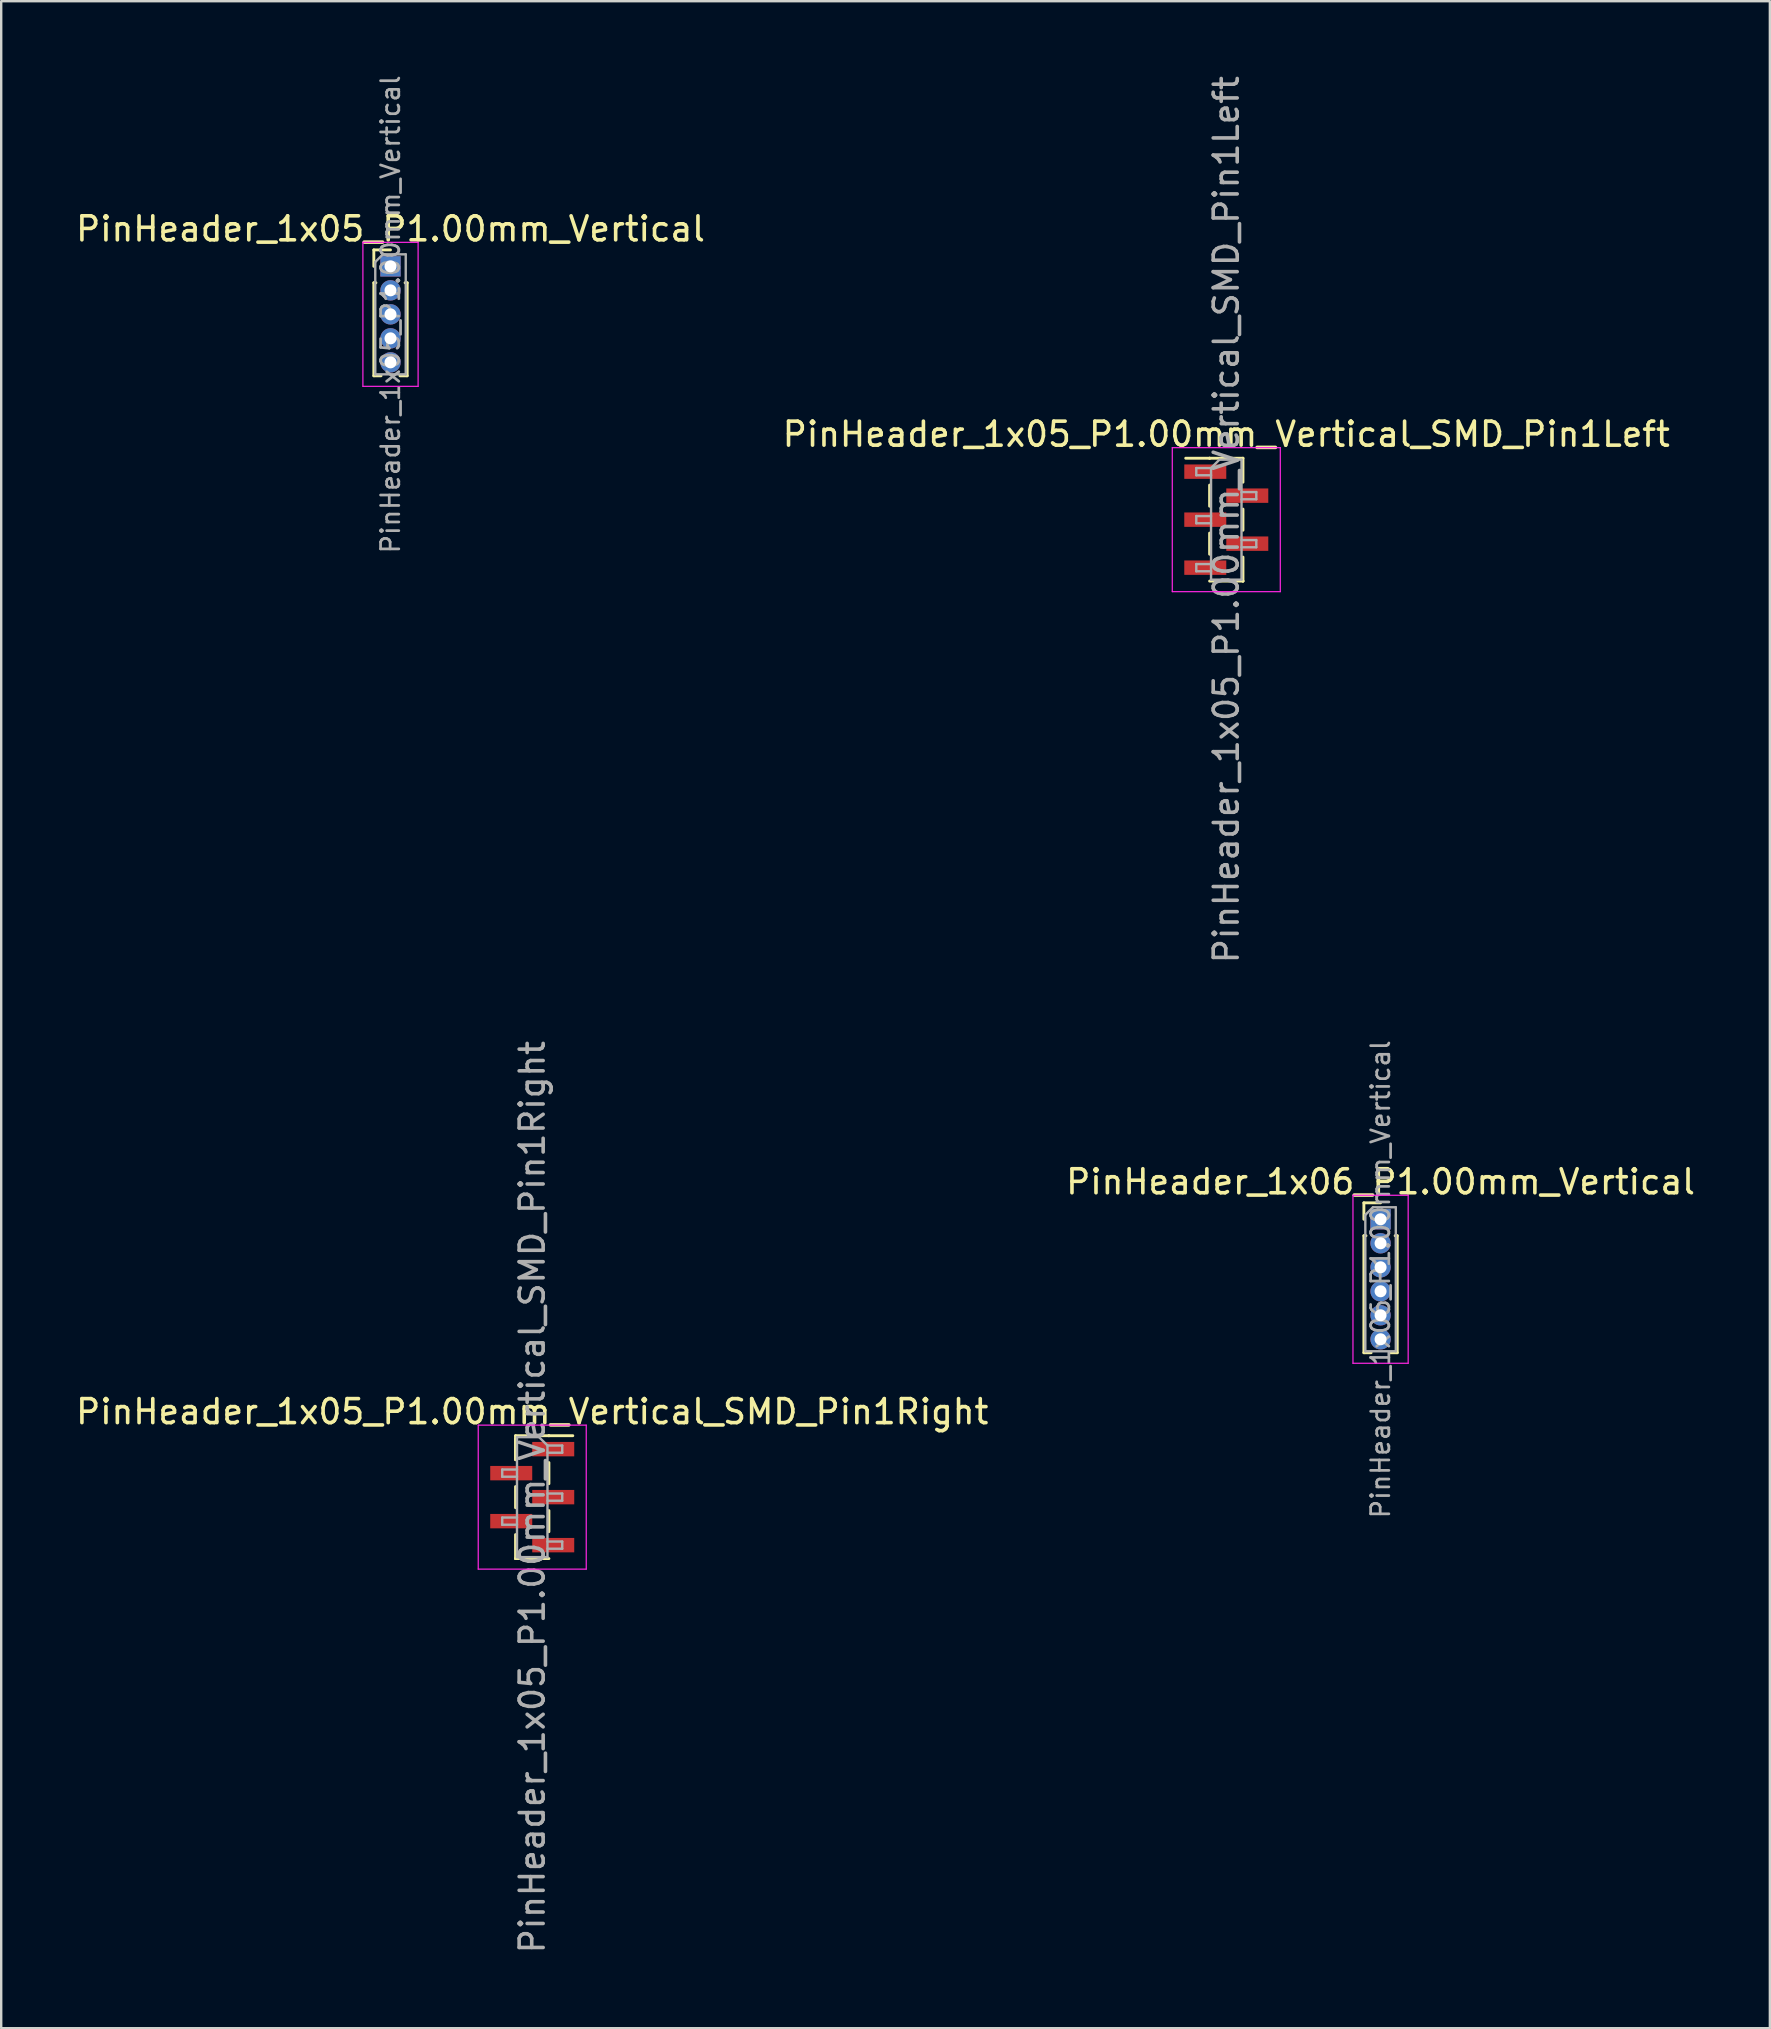
<source format=kicad_pcb>
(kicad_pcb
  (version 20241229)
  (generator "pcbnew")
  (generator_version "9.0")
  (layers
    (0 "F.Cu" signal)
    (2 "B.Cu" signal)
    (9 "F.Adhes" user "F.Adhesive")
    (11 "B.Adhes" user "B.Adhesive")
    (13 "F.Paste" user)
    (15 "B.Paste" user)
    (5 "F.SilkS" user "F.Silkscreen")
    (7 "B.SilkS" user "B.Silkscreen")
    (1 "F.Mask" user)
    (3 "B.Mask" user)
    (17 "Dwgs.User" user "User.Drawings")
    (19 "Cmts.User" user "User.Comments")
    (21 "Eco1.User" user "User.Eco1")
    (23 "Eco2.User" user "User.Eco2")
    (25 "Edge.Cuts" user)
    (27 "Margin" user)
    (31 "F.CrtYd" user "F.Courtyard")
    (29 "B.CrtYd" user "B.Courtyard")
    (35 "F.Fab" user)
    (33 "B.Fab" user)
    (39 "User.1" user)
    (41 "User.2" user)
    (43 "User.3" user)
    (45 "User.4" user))
  (footprint "PinHeader_1x06_P1.00mm_Vertical"
    (layer "F.Cu")
    (at 54.47 47.75)
    (property "Reference" "PinHeader_1x06_P1.00mm_Vertical" (at 0 -1.56 0) (layer "F.SilkS") (effects (font (size 1 1) (thickness 0.15))))
    (attr through_hole)
    (fp_line (start -0.695 -0.685) (end 0 -0.685) (stroke (width 0.12) (type solid)) (layer "F.SilkS"))
    (fp_line (start -0.695 0) (end -0.695 -0.685) (stroke (width 0.12) (type solid)) (layer "F.SilkS"))
    (fp_line (start -0.695 0.685) (end -0.695 5.56) (stroke (width 0.12) (type solid)) (layer "F.SilkS"))
    (fp_line (start -0.695 0.685) (end -0.608 0.685) (stroke (width 0.12) (type solid)) (layer "F.SilkS"))
    (fp_line (start -0.695 5.56) (end -0.394 5.56) (stroke (width 0.12) (type solid)) (layer "F.SilkS"))
    (fp_line (start 0.394 5.56) (end 0.695 5.56) (stroke (width 0.12) (type solid)) (layer "F.SilkS"))
    (fp_line (start 0.608 0.685) (end 0.695 0.685) (stroke (width 0.12) (type solid)) (layer "F.SilkS"))
    (fp_line (start 0.695 0.685) (end 0.695 5.56) (stroke (width 0.12) (type solid)) (layer "F.SilkS"))
    (fp_line (start -1.15 -1) (end -1.15 6) (stroke (width 0.05) (type solid)) (layer "F.CrtYd"))
    (fp_line (start -1.15 6) (end 1.15 6) (stroke (width 0.05) (type solid)) (layer "F.CrtYd"))
    (fp_line (start 1.15 -1) (end -1.15 -1) (stroke (width 0.05) (type solid)) (layer "F.CrtYd"))
    (fp_line (start 1.15 6) (end 1.15 -1) (stroke (width 0.05) (type solid)) (layer "F.CrtYd"))
    (fp_line (start -0.635 -0.182) (end -0.318 -0.5) (stroke (width 0.1) (type solid)) (layer "F.Fab"))
    (fp_line (start -0.635 5.5) (end -0.635 -0.182) (stroke (width 0.1) (type solid)) (layer "F.Fab"))
    (fp_line (start -0.318 -0.5) (end 0.635 -0.5) (stroke (width 0.1) (type solid)) (layer "F.Fab"))
    (fp_line (start 0.635 -0.5) (end 0.635 5.5) (stroke (width 0.1) (type solid)) (layer "F.Fab"))
    (fp_line (start 0.635 5.5) (end -0.635 5.5) (stroke (width 0.1) (type solid)) (layer "F.Fab"))
    (fp_text user "${REFERENCE}" (at 0 2.5 90) (layer "F.Fab") (effects (font (size 0.76 0.76) (thickness 0.114))))
    (pad "1" thru_hole rect (at 0 0) (size 0.85 0.85) (drill 0.5) (layers "*.Cu" "*.Mask"))
    (pad "2" thru_hole oval (at 0 1) (size 0.85 0.85) (drill 0.5) (layers "*.Cu" "*.Mask"))
    (pad "3" thru_hole oval (at 0 2) (size 0.85 0.85) (drill 0.5) (layers "*.Cu" "*.Mask"))
    (pad "4" thru_hole oval (at 0 3) (size 0.85 0.85) (drill 0.5) (layers "*.Cu" "*.Mask"))
    (pad "5" thru_hole oval (at 0 4) (size 0.85 0.85) (drill 0.5) (layers "*.Cu" "*.Mask"))
    (pad "6" thru_hole oval (at 0 5) (size 0.85 0.85) (drill 0.5) (layers "*.Cu" "*.Mask")))
  (footprint "PinHeader_1x05_P1.00mm_Vertical_SMD_Pin1Right"
    (layer "F.Cu")
    (at 19.125 59.327)
    (property "Reference" "PinHeader_1x05_P1.00mm_Vertical_SMD_Pin1Right" (at 0 -3.56 0) (layer "F.SilkS") (effects (font (size 1 1) (thickness 0.15))))
    (attr smd)
    (fp_line (start -0.695 -2.56) (end -0.695 -1.56) (stroke (width 0.12) (type solid)) (layer "F.SilkS"))
    (fp_line (start -0.695 -2.56) (end 0.695 -2.56) (stroke (width 0.12) (type solid)) (layer "F.SilkS"))
    (fp_line (start -0.695 -2.44) (end -0.695 -1.56) (stroke (width 0.12) (type solid)) (layer "F.SilkS"))
    (fp_line (start -0.695 -0.44) (end -0.695 0.44) (stroke (width 0.12) (type solid)) (layer "F.SilkS"))
    (fp_line (start -0.695 1.56) (end -0.695 2.56) (stroke (width 0.12) (type solid)) (layer "F.SilkS"))
    (fp_line (start -0.695 2.56) (end -0.695 2.56) (stroke (width 0.12) (type solid)) (layer "F.SilkS"))
    (fp_line (start -0.695 2.56) (end 0.695 2.56) (stroke (width 0.12) (type solid)) (layer "F.SilkS"))
    (fp_line (start 0.695 -2.56) (end 0.695 -2.56) (stroke (width 0.12) (type solid)) (layer "F.SilkS"))
    (fp_line (start 0.695 -2.56) (end 1.69 -2.56) (stroke (width 0.12) (type solid)) (layer "F.SilkS"))
    (fp_line (start 0.695 -1.44) (end 0.695 -0.56) (stroke (width 0.12) (type solid)) (layer "F.SilkS"))
    (fp_line (start 0.695 0.56) (end 0.695 1.44) (stroke (width 0.12) (type solid)) (layer "F.SilkS"))
    (fp_line (start -2.25 -3) (end -2.25 3) (stroke (width 0.05) (type solid)) (layer "F.CrtYd"))
    (fp_line (start -2.25 3) (end 2.25 3) (stroke (width 0.05) (type solid)) (layer "F.CrtYd"))
    (fp_line (start 2.25 -3) (end -2.25 -3) (stroke (width 0.05) (type solid)) (layer "F.CrtYd"))
    (fp_line (start 2.25 3) (end 2.25 -3) (stroke (width 0.05) (type solid)) (layer "F.CrtYd"))
    (fp_line (start -1.25 -1.15) (end -1.25 -0.85) (stroke (width 0.1) (type solid)) (layer "F.Fab"))
    (fp_line (start -1.25 -0.85) (end -0.635 -0.85) (stroke (width 0.1) (type solid)) (layer "F.Fab"))
    (fp_line (start -1.25 0.85) (end -1.25 1.15) (stroke (width 0.1) (type solid)) (layer "F.Fab"))
    (fp_line (start -1.25 1.15) (end -0.635 1.15) (stroke (width 0.1) (type solid)) (layer "F.Fab"))
    (fp_line (start -0.635 -2.5) (end -0.635 2.5) (stroke (width 0.1) (type solid)) (layer "F.Fab"))
    (fp_line (start -0.635 -2.5) (end 0.285 -2.5) (stroke (width 0.1) (type solid)) (layer "F.Fab"))
    (fp_line (start -0.635 -1.15) (end -1.25 -1.15) (stroke (width 0.1) (type solid)) (layer "F.Fab"))
    (fp_line (start -0.635 0.85) (end -1.25 0.85) (stroke (width 0.1) (type solid)) (layer "F.Fab"))
    (fp_line (start 0.635 -2.15) (end 0.285 -2.5) (stroke (width 0.1) (type solid)) (layer "F.Fab"))
    (fp_line (start 0.635 -2.15) (end 1.25 -2.15) (stroke (width 0.1) (type solid)) (layer "F.Fab"))
    (fp_line (start 0.635 -0.15) (end 1.25 -0.15) (stroke (width 0.1) (type solid)) (layer "F.Fab"))
    (fp_line (start 0.635 1.85) (end 1.25 1.85) (stroke (width 0.1) (type solid)) (layer "F.Fab"))
    (fp_line (start 0.635 2.5) (end -0.635 2.5) (stroke (width 0.1) (type solid)) (layer "F.Fab"))
    (fp_line (start 0.635 2.5) (end 0.635 -2.15) (stroke (width 0.1) (type solid)) (layer "F.Fab"))
    (fp_line (start 1.25 -2.15) (end 1.25 -1.85) (stroke (width 0.1) (type solid)) (layer "F.Fab"))
    (fp_line (start 1.25 -1.85) (end 0.635 -1.85) (stroke (width 0.1) (type solid)) (layer "F.Fab"))
    (fp_line (start 1.25 -0.15) (end 1.25 0.15) (stroke (width 0.1) (type solid)) (layer "F.Fab"))
    (fp_line (start 1.25 0.15) (end 0.635 0.15) (stroke (width 0.1) (type solid)) (layer "F.Fab"))
    (fp_line (start 1.25 1.85) (end 1.25 2.15) (stroke (width 0.1) (type solid)) (layer "F.Fab"))
    (fp_line (start 1.25 2.15) (end 0.635 2.15) (stroke (width 0.1) (type solid)) (layer "F.Fab"))
    (fp_text user "${REFERENCE}" (at 0 0 90) (layer "F.Fab") (effects (font (size 1 1) (thickness 0.15))))
    (pad "1" smd rect (at 0.875 -2) (size 1.75 0.6) (layers "F.Cu" "F.Mask" "F.Paste"))
    (pad "2" smd rect (at -0.875 -1) (size 1.75 0.6) (layers "F.Cu" "F.Mask" "F.Paste"))
    (pad "3" smd rect (at 0.875 0) (size 1.75 0.6) (layers "F.Cu" "F.Mask" "F.Paste"))
    (pad "4" smd rect (at -0.875 1) (size 1.75 0.6) (layers "F.Cu" "F.Mask" "F.Paste"))
    (pad "5" smd rect (at 0.875 2) (size 1.75 0.6) (layers "F.Cu" "F.Mask" "F.Paste")))
  (footprint "PinHeader_1x05_P1.00mm_Vertical"
    (layer "F.Cu")
    (at 13.22 8.047)
    (property "Reference" "PinHeader_1x05_P1.00mm_Vertical" (at 0 -1.56 0) (layer "F.SilkS") (effects (font (size 1 1) (thickness 0.15))))
    (attr through_hole)
    (fp_line (start -0.695 -0.685) (end 0 -0.685) (stroke (width 0.12) (type solid)) (layer "F.SilkS"))
    (fp_line (start -0.695 0) (end -0.695 -0.685) (stroke (width 0.12) (type solid)) (layer "F.SilkS"))
    (fp_line (start -0.695 0.685) (end -0.695 4.56) (stroke (width 0.12) (type solid)) (layer "F.SilkS"))
    (fp_line (start -0.695 0.685) (end -0.608 0.685) (stroke (width 0.12) (type solid)) (layer "F.SilkS"))
    (fp_line (start -0.695 4.56) (end -0.394 4.56) (stroke (width 0.12) (type solid)) (layer "F.SilkS"))
    (fp_line (start 0.394 4.56) (end 0.695 4.56) (stroke (width 0.12) (type solid)) (layer "F.SilkS"))
    (fp_line (start 0.608 0.685) (end 0.695 0.685) (stroke (width 0.12) (type solid)) (layer "F.SilkS"))
    (fp_line (start 0.695 0.685) (end 0.695 4.56) (stroke (width 0.12) (type solid)) (layer "F.SilkS"))
    (fp_line (start -1.15 -1) (end -1.15 5) (stroke (width 0.05) (type solid)) (layer "F.CrtYd"))
    (fp_line (start -1.15 5) (end 1.15 5) (stroke (width 0.05) (type solid)) (layer "F.CrtYd"))
    (fp_line (start 1.15 -1) (end -1.15 -1) (stroke (width 0.05) (type solid)) (layer "F.CrtYd"))
    (fp_line (start 1.15 5) (end 1.15 -1) (stroke (width 0.05) (type solid)) (layer "F.CrtYd"))
    (fp_line (start -0.635 -0.182) (end -0.318 -0.5) (stroke (width 0.1) (type solid)) (layer "F.Fab"))
    (fp_line (start -0.635 4.5) (end -0.635 -0.182) (stroke (width 0.1) (type solid)) (layer "F.Fab"))
    (fp_line (start -0.318 -0.5) (end 0.635 -0.5) (stroke (width 0.1) (type solid)) (layer "F.Fab"))
    (fp_line (start 0.635 -0.5) (end 0.635 4.5) (stroke (width 0.1) (type solid)) (layer "F.Fab"))
    (fp_line (start 0.635 4.5) (end -0.635 4.5) (stroke (width 0.1) (type solid)) (layer "F.Fab"))
    (fp_text user "${REFERENCE}" (at 0 2 90) (layer "F.Fab") (effects (font (size 0.76 0.76) (thickness 0.114))))
    (pad "1" thru_hole rect (at 0 0) (size 0.85 0.85) (drill 0.5) (layers "*.Cu" "*.Mask"))
    (pad "2" thru_hole oval (at 0 1) (size 0.85 0.85) (drill 0.5) (layers "*.Cu" "*.Mask"))
    (pad "3" thru_hole oval (at 0 2) (size 0.85 0.85) (drill 0.5) (layers "*.Cu" "*.Mask"))
    (pad "4" thru_hole oval (at 0 3) (size 0.85 0.85) (drill 0.5) (layers "*.Cu" "*.Mask"))
    (pad "5" thru_hole oval (at 0 4) (size 0.85 0.85) (drill 0.5) (layers "*.Cu" "*.Mask")))
  (footprint "PinHeader_1x05_P1.00mm_Vertical_SMD_Pin1Left"
    (layer "F.Cu")
    (at 48.042 18.601)
    (property "Reference" "PinHeader_1x05_P1.00mm_Vertical_SMD_Pin1Left" (at 0 -3.56 0) (layer "F.SilkS") (effects (font (size 1 1) (thickness 0.15))))
    (attr smd)
    (fp_line (start -0.695 -2.56) (end -1.69 -2.56) (stroke (width 0.12) (type solid)) (layer "F.SilkS"))
    (fp_line (start -0.695 -2.56) (end -0.695 -2.56) (stroke (width 0.12) (type solid)) (layer "F.SilkS"))
    (fp_line (start -0.695 -2.56) (end 0.695 -2.56) (stroke (width 0.12) (type solid)) (layer "F.SilkS"))
    (fp_line (start -0.695 -1.44) (end -0.695 -0.56) (stroke (width 0.12) (type solid)) (layer "F.SilkS"))
    (fp_line (start -0.695 0.56) (end -0.695 1.44) (stroke (width 0.12) (type solid)) (layer "F.SilkS"))
    (fp_line (start -0.695 2.56) (end 0.695 2.56) (stroke (width 0.12) (type solid)) (layer "F.SilkS"))
    (fp_line (start 0.695 -2.56) (end 0.695 -1.56) (stroke (width 0.12) (type solid)) (layer "F.SilkS"))
    (fp_line (start 0.695 -0.44) (end 0.695 0.44) (stroke (width 0.12) (type solid)) (layer "F.SilkS"))
    (fp_line (start 0.695 1.56) (end 0.695 2.56) (stroke (width 0.12) (type solid)) (layer "F.SilkS"))
    (fp_line (start 0.695 2.56) (end 0.695 2.56) (stroke (width 0.12) (type solid)) (layer "F.SilkS"))
    (fp_line (start -2.25 -3) (end -2.25 3) (stroke (width 0.05) (type solid)) (layer "F.CrtYd"))
    (fp_line (start -2.25 3) (end 2.25 3) (stroke (width 0.05) (type solid)) (layer "F.CrtYd"))
    (fp_line (start 2.25 -3) (end -2.25 -3) (stroke (width 0.05) (type solid)) (layer "F.CrtYd"))
    (fp_line (start 2.25 3) (end 2.25 -3) (stroke (width 0.05) (type solid)) (layer "F.CrtYd"))
    (fp_line (start -1.25 -2.15) (end -1.25 -1.85) (stroke (width 0.1) (type solid)) (layer "F.Fab"))
    (fp_line (start -1.25 -1.85) (end -0.635 -1.85) (stroke (width 0.1) (type solid)) (layer "F.Fab"))
    (fp_line (start -1.25 -0.15) (end -1.25 0.15) (stroke (width 0.1) (type solid)) (layer "F.Fab"))
    (fp_line (start -1.25 0.15) (end -0.635 0.15) (stroke (width 0.1) (type solid)) (layer "F.Fab"))
    (fp_line (start -1.25 1.85) (end -1.25 2.15) (stroke (width 0.1) (type solid)) (layer "F.Fab"))
    (fp_line (start -1.25 2.15) (end -0.635 2.15) (stroke (width 0.1) (type solid)) (layer "F.Fab"))
    (fp_line (start -0.635 -2.15) (end -1.25 -2.15) (stroke (width 0.1) (type solid)) (layer "F.Fab"))
    (fp_line (start -0.635 -2.15) (end -0.285 -2.5) (stroke (width 0.1) (type solid)) (layer "F.Fab"))
    (fp_line (start -0.635 -0.15) (end -1.25 -0.15) (stroke (width 0.1) (type solid)) (layer "F.Fab"))
    (fp_line (start -0.635 1.85) (end -1.25 1.85) (stroke (width 0.1) (type solid)) (layer "F.Fab"))
    (fp_line (start -0.635 2.5) (end -0.635 -2.15) (stroke (width 0.1) (type solid)) (layer "F.Fab"))
    (fp_line (start -0.285 -2.5) (end 0.635 -2.5) (stroke (width 0.1) (type solid)) (layer "F.Fab"))
    (fp_line (start 0.635 -2.5) (end 0.635 2.5) (stroke (width 0.1) (type solid)) (layer "F.Fab"))
    (fp_line (start 0.635 -1.15) (end 1.25 -1.15) (stroke (width 0.1) (type solid)) (layer "F.Fab"))
    (fp_line (start 0.635 0.85) (end 1.25 0.85) (stroke (width 0.1) (type solid)) (layer "F.Fab"))
    (fp_line (start 0.635 2.5) (end -0.635 2.5) (stroke (width 0.1) (type solid)) (layer "F.Fab"))
    (fp_line (start 1.25 -1.15) (end 1.25 -0.85) (stroke (width 0.1) (type solid)) (layer "F.Fab"))
    (fp_line (start 1.25 -0.85) (end 0.635 -0.85) (stroke (width 0.1) (type solid)) (layer "F.Fab"))
    (fp_line (start 1.25 0.85) (end 1.25 1.15) (stroke (width 0.1) (type solid)) (layer "F.Fab"))
    (fp_line (start 1.25 1.15) (end 0.635 1.15) (stroke (width 0.1) (type solid)) (layer "F.Fab"))
    (fp_text user "${REFERENCE}" (at 0 0 90) (layer "F.Fab") (effects (font (size 1 1) (thickness 0.15))))
    (pad "1" smd rect (at -0.875 -2) (size 1.75 0.6) (layers "F.Cu" "F.Mask" "F.Paste"))
    (pad "2" smd rect (at 0.875 -1) (size 1.75 0.6) (layers "F.Cu" "F.Mask" "F.Paste"))
    (pad "3" smd rect (at -0.875 0) (size 1.75 0.6) (layers "F.Cu" "F.Mask" "F.Paste"))
    (pad "4" smd rect (at 0.875 1) (size 1.75 0.6) (layers "F.Cu" "F.Mask" "F.Paste"))
    (pad "5" smd rect (at -0.875 2) (size 1.75 0.6) (layers "F.Cu" "F.Mask" "F.Paste")))
  (gr_rect
    (start -3 -3)
    (end 70.69 81.452)
    (stroke (width 0.1) (type default))
    (fill no)
    (layer "Edge.Cuts")))
</source>
